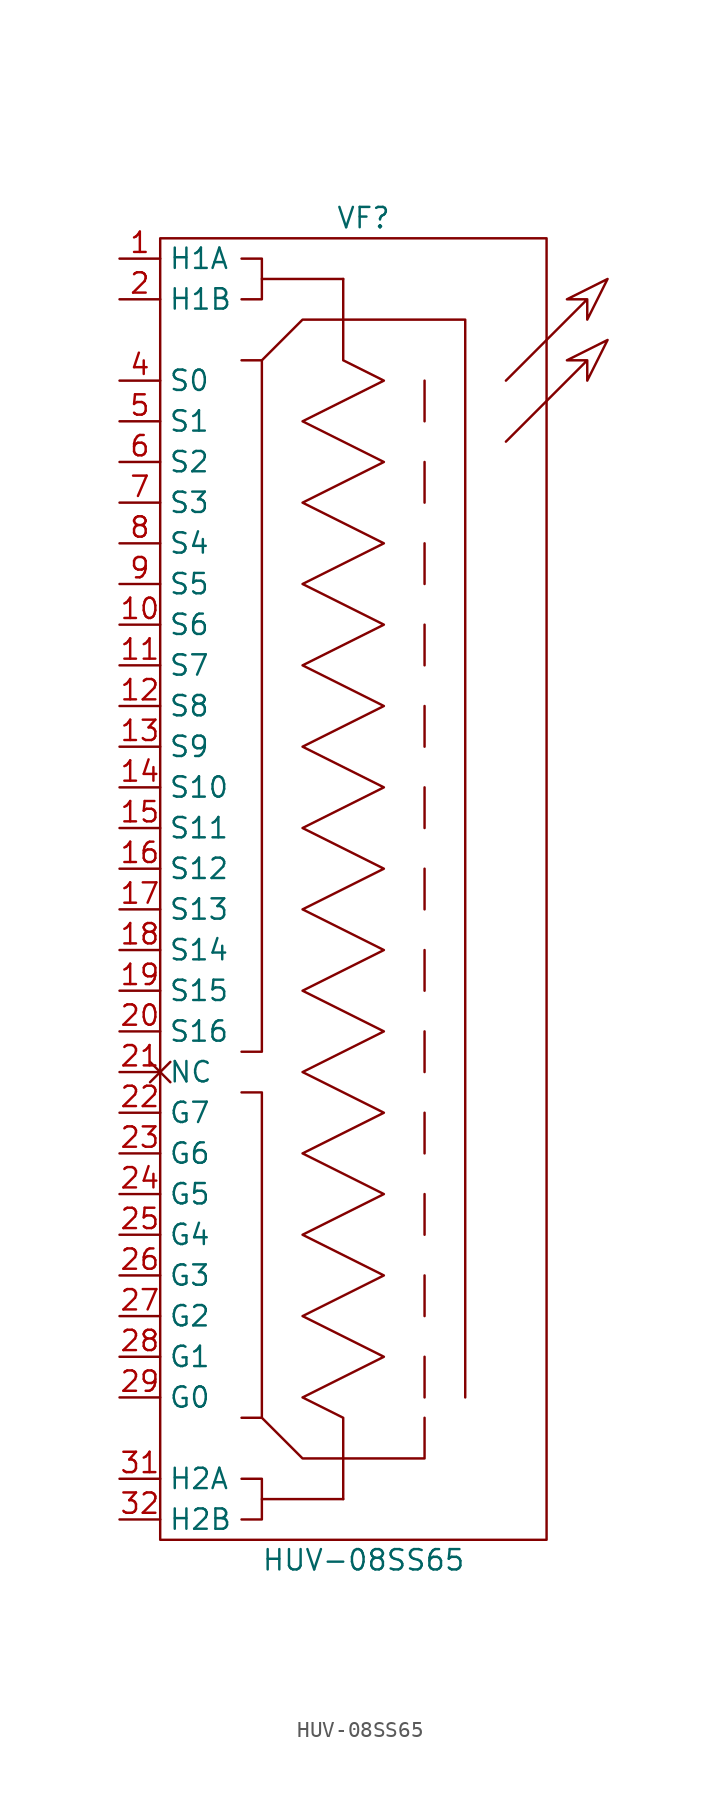
<source format=kicad_sym>
(kicad_symbol_lib
  (version 20211014)
  (generator kicad_symbol_editor)
  (symbol "HUV-08SS65"
    (property "Reference" "VF"
      (at 12.7 1.27 0)
      (effects (font (size 1.27 1.27))))
    (property "Value" "HUV-08SS65"
      (at 12.7 -82.55 0)
      (effects (font (size 1.27 1.27))))
    (symbol "HUV-08SS65_0_1"
      (polyline (pts (xy 6.35 -78.74) (xy 11.43 -78.74)) (stroke (width 0) (type default) (color 0 0 0 0)) (fill (type none)))
      (polyline (pts (xy 6.35 -2.54) (xy 11.43 -2.54)) (stroke (width 0) (type default) (color 0 0 0 0)) (fill (type none)))
      (polyline (pts (xy 16.51 -69.85) (xy 16.51 -72.39)) (stroke (width 0) (type default) (color 0 0 0 0)) (fill (type none)))
      (polyline (pts (xy 16.51 -64.77) (xy 16.51 -67.31)) (stroke (width 0) (type default) (color 0 0 0 0)) (fill (type none)))
      (polyline (pts (xy 16.51 -59.69) (xy 16.51 -62.23)) (stroke (width 0) (type default) (color 0 0 0 0)) (fill (type none)))
      (polyline (pts (xy 16.51 -54.61) (xy 16.51 -57.15)) (stroke (width 0) (type default) (color 0 0 0 0)) (fill (type none)))
      (polyline (pts (xy 16.51 -49.53) (xy 16.51 -52.07)) (stroke (width 0) (type default) (color 0 0 0 0)) (fill (type none)))
      (polyline (pts (xy 16.51 -44.45) (xy 16.51 -46.99)) (stroke (width 0) (type default) (color 0 0 0 0)) (fill (type none)))
      (polyline (pts (xy 16.51 -39.37) (xy 16.51 -41.91)) (stroke (width 0) (type default) (color 0 0 0 0)) (fill (type none)))
      (polyline (pts (xy 16.51 -34.29) (xy 16.51 -36.83)) (stroke (width 0) (type default) (color 0 0 0 0)) (fill (type none)))
      (polyline (pts (xy 16.51 -29.21) (xy 16.51 -31.75)) (stroke (width 0) (type default) (color 0 0 0 0)) (fill (type none)))
      (polyline (pts (xy 16.51 -24.13) (xy 16.51 -26.67)) (stroke (width 0) (type default) (color 0 0 0 0)) (fill (type none)))
      (polyline (pts (xy 16.51 -19.05) (xy 16.51 -21.59)) (stroke (width 0) (type default) (color 0 0 0 0)) (fill (type none)))
      (polyline (pts (xy 16.51 -13.97) (xy 16.51 -16.51)) (stroke (width 0) (type default) (color 0 0 0 0)) (fill (type none)))
      (polyline (pts (xy 16.51 -8.89) (xy 16.51 -11.43)) (stroke (width 0) (type default) (color 0 0 0 0)) (fill (type none)))
      (polyline (pts (xy 5.08 -80.01) (xy 6.35 -80.01) (xy 6.35 -77.47) (xy 5.08 -77.47)) (stroke (width 0) (type default) (color 0 0 0 0)) (fill (type none)))
      (polyline (pts (xy 5.08 -53.34) (xy 6.35 -53.34) (xy 6.35 -73.66) (xy 5.08 -73.66)) (stroke (width 0) (type default) (color 0 0 0 0)) (fill (type none)))
      (polyline (pts (xy 5.08 -50.8) (xy 6.35 -50.8) (xy 6.35 -7.62) (xy 5.08 -7.62)) (stroke (width 0) (type default) (color 0 0 0 0)) (fill (type none)))
      (polyline (pts (xy 5.08 -3.81) (xy 6.35 -3.81) (xy 6.35 -1.27) (xy 5.08 -1.27)) (stroke (width 0) (type default) (color 0 0 0 0)) (fill (type none)))
      (polyline (pts (xy 6.35 -73.66) (xy 8.89 -76.2) (xy 16.51 -76.2) (xy 16.51 -73.66)) (stroke (width 0) (type default) (color 0 0 0 0)) (fill (type none)))
      (polyline (pts (xy 6.35 -7.62) (xy 8.89 -5.08) (xy 19.05 -5.08) (xy 19.05 -72.39)) (stroke (width 0) (type default) (color 0 0 0 0)) (fill (type none)))
      (polyline (pts (xy 21.59 -12.7) (xy 26.67 -7.62) (xy 25.4 -7.62) (xy 27.94 -6.35) (xy 26.67 -8.89) (xy 26.67 -7.62)) (stroke (width 0) (type default) (color 0 0 0 0)) (fill (type none)))
      (polyline (pts (xy 21.59 -8.89) (xy 26.67 -3.81) (xy 25.4 -3.81) (xy 27.94 -2.54) (xy 26.67 -5.08) (xy 26.67 -3.81)) (stroke (width 0) (type default) (color 0 0 0 0)) (fill (type none)))
      (polyline (pts (xy 11.43 -78.74) (xy 11.43 -73.66) (xy 8.89 -72.39) (xy 13.97 -69.85) (xy 8.89 -67.31) (xy 13.97 -64.77) (xy 8.89 -62.23) (xy 13.97 -59.69) (xy 8.89 -57.15) (xy 13.97 -54.61) (xy 8.89 -52.07) (xy 13.97 -49.53) (xy 8.89 -46.99) (xy 13.97 -44.45) (xy 8.89 -41.91) (xy 13.97 -39.37) (xy 8.89 -36.83) (xy 13.97 -34.29) (xy 8.89 -31.75) (xy 13.97 -29.21) (xy 8.89 -26.67) (xy 13.97 -24.13) (xy 8.89 -21.59) (xy 13.97 -19.05) (xy 8.89 -16.51) (xy 13.97 -13.97) (xy 8.89 -11.43) (xy 13.97 -8.89) (xy 11.43 -7.62) (xy 11.43 -2.54)) (stroke (width 0) (type default) (color 0 0 0 0)) (fill (type none)))
      (rectangle (start 0 0) (end 24.13 -81.28) (stroke (width 0) (type default) (color 0 0 0 0)) (fill (type none))))
    (symbol "HUV-08SS65_1_1"
      (pin power_in line (at -2.54 -1.27 0) (length 2.54) (name "H1A" (effects (font (size 1.27 1.27)))) (number "1" (effects (font (size 1.27 1.27)))))
      (pin input line (at -2.54 -24.13 0) (length 2.54) (name "S6" (effects (font (size 1.27 1.27)))) (number "10" (effects (font (size 1.27 1.27)))))
      (pin input line (at -2.54 -26.67 0) (length 2.54) (name "S7" (effects (font (size 1.27 1.27)))) (number "11" (effects (font (size 1.27 1.27)))))
      (pin input line (at -2.54 -29.21 0) (length 2.54) (name "S8" (effects (font (size 1.27 1.27)))) (number "12" (effects (font (size 1.27 1.27)))))
      (pin input line (at -2.54 -31.75 0) (length 2.54) (name "S9" (effects (font (size 1.27 1.27)))) (number "13" (effects (font (size 1.27 1.27)))))
      (pin input line (at -2.54 -34.29 0) (length 2.54) (name "S10" (effects (font (size 1.27 1.27)))) (number "14" (effects (font (size 1.27 1.27)))))
      (pin input line (at -2.54 -36.83 0) (length 2.54) (name "S11" (effects (font (size 1.27 1.27)))) (number "15" (effects (font (size 1.27 1.27)))))
      (pin input line (at -2.54 -39.37 0) (length 2.54) (name "S12" (effects (font (size 1.27 1.27)))) (number "16" (effects (font (size 1.27 1.27)))))
      (pin input line (at -2.54 -41.91 0) (length 2.54) (name "S13" (effects (font (size 1.27 1.27)))) (number "17" (effects (font (size 1.27 1.27)))))
      (pin input line (at -2.54 -44.45 0) (length 2.54) (name "S14" (effects (font (size 1.27 1.27)))) (number "18" (effects (font (size 1.27 1.27)))))
      (pin input line (at -2.54 -46.99 0) (length 2.54) (name "S15" (effects (font (size 1.27 1.27)))) (number "19" (effects (font (size 1.27 1.27)))))
      (pin power_in line (at -2.54 -3.81 0) (length 2.54) (name "H1B" (effects (font (size 1.27 1.27)))) (number "2" (effects (font (size 1.27 1.27)))))
      (pin input line (at -2.54 -49.53 0) (length 2.54) (name "S16" (effects (font (size 1.27 1.27)))) (number "20" (effects (font (size 1.27 1.27)))))
      (pin input non_logic (at -2.54 -52.07 0) (length 2.54) (name "NC" (effects (font (size 1.27 1.27)))) (number "21" (effects (font (size 1.27 1.27)))))
      (pin input line (at -2.54 -54.61 0) (length 2.54) (name "G7" (effects (font (size 1.27 1.27)))) (number "22" (effects (font (size 1.27 1.27)))))
      (pin input line (at -2.54 -57.15 0) (length 2.54) (name "G6" (effects (font (size 1.27 1.27)))) (number "23" (effects (font (size 1.27 1.27)))))
      (pin input line (at -2.54 -59.69 0) (length 2.54) (name "G5" (effects (font (size 1.27 1.27)))) (number "24" (effects (font (size 1.27 1.27)))))
      (pin input line (at -2.54 -62.23 0) (length 2.54) (name "G4" (effects (font (size 1.27 1.27)))) (number "25" (effects (font (size 1.27 1.27)))))
      (pin input line (at -2.54 -64.77 0) (length 2.54) (name "G3" (effects (font (size 1.27 1.27)))) (number "26" (effects (font (size 1.27 1.27)))))
      (pin input line (at -2.54 -67.31 0) (length 2.54) (name "G2" (effects (font (size 1.27 1.27)))) (number "27" (effects (font (size 1.27 1.27)))))
      (pin input line (at -2.54 -69.85 0) (length 2.54) (name "G1" (effects (font (size 1.27 1.27)))) (number "28" (effects (font (size 1.27 1.27)))))
      (pin input line (at -2.54 -72.39 0) (length 2.54) (name "G0" (effects (font (size 1.27 1.27)))) (number "29" (effects (font (size 1.27 1.27)))))
      (pin power_in line (at -2.54 -77.47 0) (length 2.54) (name "H2A" (effects (font (size 1.27 1.27)))) (number "31" (effects (font (size 1.27 1.27)))))
      (pin power_in line (at -2.54 -80.01 0) (length 2.54) (name "H2B" (effects (font (size 1.27 1.27)))) (number "32" (effects (font (size 1.27 1.27)))))
      (pin input line (at -2.54 -8.89 0) (length 2.54) (name "S0" (effects (font (size 1.27 1.27)))) (number "4" (effects (font (size 1.27 1.27)))))
      (pin input line (at -2.54 -11.43 0) (length 2.54) (name "S1" (effects (font (size 1.27 1.27)))) (number "5" (effects (font (size 1.27 1.27)))))
      (pin input line (at -2.54 -13.97 0) (length 2.54) (name "S2" (effects (font (size 1.27 1.27)))) (number "6" (effects (font (size 1.27 1.27)))))
      (pin input line (at -2.54 -16.51 0) (length 2.54) (name "S3" (effects (font (size 1.27 1.27)))) (number "7" (effects (font (size 1.27 1.27)))))
      (pin input line (at -2.54 -19.05 0) (length 2.54) (name "S4" (effects (font (size 1.27 1.27)))) (number "8" (effects (font (size 1.27 1.27)))))
      (pin input line (at -2.54 -21.59 0) (length 2.54) (name "S5" (effects (font (size 1.27 1.27)))) (number "9" (effects (font (size 1.27 1.27))))))))
</source>
